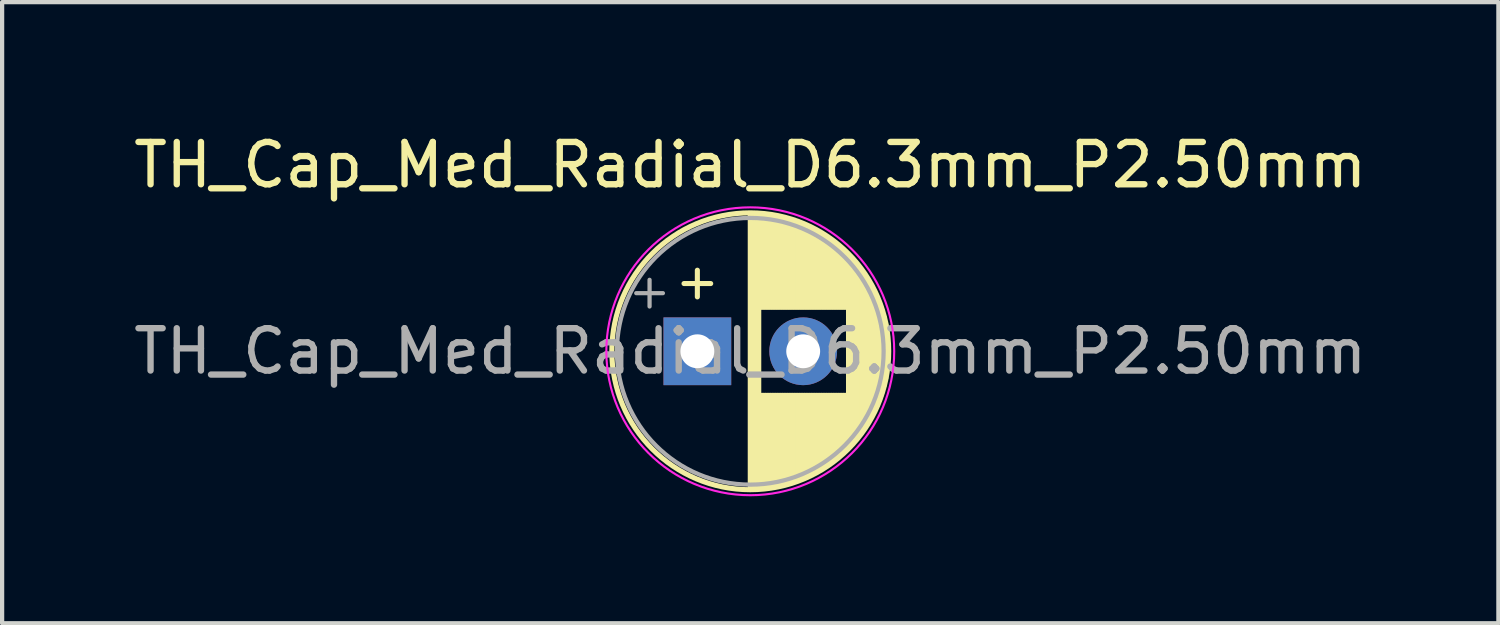
<source format=kicad_pcb>
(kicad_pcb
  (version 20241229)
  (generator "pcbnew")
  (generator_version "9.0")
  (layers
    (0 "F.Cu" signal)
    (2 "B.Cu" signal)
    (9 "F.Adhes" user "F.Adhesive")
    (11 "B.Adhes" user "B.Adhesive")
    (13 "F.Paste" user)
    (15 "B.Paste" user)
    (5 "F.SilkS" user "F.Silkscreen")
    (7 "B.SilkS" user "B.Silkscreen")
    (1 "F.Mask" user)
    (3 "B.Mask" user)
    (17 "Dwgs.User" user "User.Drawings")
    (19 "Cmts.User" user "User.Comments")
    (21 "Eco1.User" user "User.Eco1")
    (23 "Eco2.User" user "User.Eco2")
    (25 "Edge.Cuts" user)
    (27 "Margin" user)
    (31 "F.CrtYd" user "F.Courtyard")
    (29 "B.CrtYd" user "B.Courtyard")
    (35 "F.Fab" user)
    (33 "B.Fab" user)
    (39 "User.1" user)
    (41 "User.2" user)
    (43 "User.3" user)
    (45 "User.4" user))
  (footprint "TH_Cap_Med_Radial_D6.3mm_P2.50mm"
    (layer "F.Cu")
    (at 13.423 5.248)
    (property "Reference" "TH_Cap_Med_Radial_D6.3mm_P2.50mm" (at 1.25 -4.4 0) (layer "F.SilkS") (effects (font (size 1 1) (thickness 0.15))))
    (attr through_hole)
    (fp_line (start -0.315 -1.6) (end 0.315 -1.6) (stroke (width 0.12) (type solid)) (layer "F.SilkS"))
    (fp_line (start 0 -1.915) (end 0 -1.285) (stroke (width 0.12) (type solid)) (layer "F.SilkS"))
    (fp_line (start 1.25 -3.23) (end 1.25 3.23) (stroke (width 0.12) (type solid)) (layer "F.SilkS"))
    (fp_line (start 1.29 -3.23) (end 1.29 3.23) (stroke (width 0.12) (type solid)) (layer "F.SilkS"))
    (fp_line (start 1.33 -3.23) (end 1.33 3.23) (stroke (width 0.12) (type solid)) (layer "F.SilkS"))
    (fp_line (start 1.37 -3.228) (end 1.37 3.228) (stroke (width 0.12) (type solid)) (layer "F.SilkS"))
    (fp_line (start 1.41 -3.227) (end 1.41 3.227) (stroke (width 0.12) (type solid)) (layer "F.SilkS"))
    (fp_line (start 1.45 -3.224) (end 1.45 3.224) (stroke (width 0.12) (type solid)) (layer "F.SilkS"))
    (fp_line (start 1.49 -3.222) (end 1.49 -1.04) (stroke (width 0.12) (type solid)) (layer "F.SilkS"))
    (fp_line (start 1.49 1.04) (end 1.49 3.222) (stroke (width 0.12) (type solid)) (layer "F.SilkS"))
    (fp_line (start 1.53 -3.218) (end 1.53 -1.04) (stroke (width 0.12) (type solid)) (layer "F.SilkS"))
    (fp_line (start 1.53 1.04) (end 1.53 3.218) (stroke (width 0.12) (type solid)) (layer "F.SilkS"))
    (fp_line (start 1.57 -3.215) (end 1.57 -1.04) (stroke (width 0.12) (type solid)) (layer "F.SilkS"))
    (fp_line (start 1.57 1.04) (end 1.57 3.215) (stroke (width 0.12) (type solid)) (layer "F.SilkS"))
    (fp_line (start 1.61 -3.211) (end 1.61 -1.04) (stroke (width 0.12) (type solid)) (layer "F.SilkS"))
    (fp_line (start 1.61 1.04) (end 1.61 3.211) (stroke (width 0.12) (type solid)) (layer "F.SilkS"))
    (fp_line (start 1.65 -3.206) (end 1.65 -1.04) (stroke (width 0.12) (type solid)) (layer "F.SilkS"))
    (fp_line (start 1.65 1.04) (end 1.65 3.206) (stroke (width 0.12) (type solid)) (layer "F.SilkS"))
    (fp_line (start 1.69 -3.201) (end 1.69 -1.04) (stroke (width 0.12) (type solid)) (layer "F.SilkS"))
    (fp_line (start 1.69 1.04) (end 1.69 3.201) (stroke (width 0.12) (type solid)) (layer "F.SilkS"))
    (fp_line (start 1.73 -3.195) (end 1.73 -1.04) (stroke (width 0.12) (type solid)) (layer "F.SilkS"))
    (fp_line (start 1.73 1.04) (end 1.73 3.195) (stroke (width 0.12) (type solid)) (layer "F.SilkS"))
    (fp_line (start 1.77 -3.189) (end 1.77 -1.04) (stroke (width 0.12) (type solid)) (layer "F.SilkS"))
    (fp_line (start 1.77 1.04) (end 1.77 3.189) (stroke (width 0.12) (type solid)) (layer "F.SilkS"))
    (fp_line (start 1.81 -3.182) (end 1.81 -1.04) (stroke (width 0.12) (type solid)) (layer "F.SilkS"))
    (fp_line (start 1.81 1.04) (end 1.81 3.182) (stroke (width 0.12) (type solid)) (layer "F.SilkS"))
    (fp_line (start 1.85 -3.175) (end 1.85 -1.04) (stroke (width 0.12) (type solid)) (layer "F.SilkS"))
    (fp_line (start 1.85 1.04) (end 1.85 3.175) (stroke (width 0.12) (type solid)) (layer "F.SilkS"))
    (fp_line (start 1.89 -3.167) (end 1.89 -1.04) (stroke (width 0.12) (type solid)) (layer "F.SilkS"))
    (fp_line (start 1.89 1.04) (end 1.89 3.167) (stroke (width 0.12) (type solid)) (layer "F.SilkS"))
    (fp_line (start 1.93 -3.159) (end 1.93 -1.04) (stroke (width 0.12) (type solid)) (layer "F.SilkS"))
    (fp_line (start 1.93 1.04) (end 1.93 3.159) (stroke (width 0.12) (type solid)) (layer "F.SilkS"))
    (fp_line (start 1.971 -3.15) (end 1.971 -1.04) (stroke (width 0.12) (type solid)) (layer "F.SilkS"))
    (fp_line (start 1.971 1.04) (end 1.971 3.15) (stroke (width 0.12) (type solid)) (layer "F.SilkS"))
    (fp_line (start 2.011 -3.141) (end 2.011 -1.04) (stroke (width 0.12) (type solid)) (layer "F.SilkS"))
    (fp_line (start 2.011 1.04) (end 2.011 3.141) (stroke (width 0.12) (type solid)) (layer "F.SilkS"))
    (fp_line (start 2.051 -3.131) (end 2.051 -1.04) (stroke (width 0.12) (type solid)) (layer "F.SilkS"))
    (fp_line (start 2.051 1.04) (end 2.051 3.131) (stroke (width 0.12) (type solid)) (layer "F.SilkS"))
    (fp_line (start 2.091 -3.121) (end 2.091 -1.04) (stroke (width 0.12) (type solid)) (layer "F.SilkS"))
    (fp_line (start 2.091 1.04) (end 2.091 3.121) (stroke (width 0.12) (type solid)) (layer "F.SilkS"))
    (fp_line (start 2.131 -3.11) (end 2.131 -1.04) (stroke (width 0.12) (type solid)) (layer "F.SilkS"))
    (fp_line (start 2.131 1.04) (end 2.131 3.11) (stroke (width 0.12) (type solid)) (layer "F.SilkS"))
    (fp_line (start 2.171 -3.098) (end 2.171 -1.04) (stroke (width 0.12) (type solid)) (layer "F.SilkS"))
    (fp_line (start 2.171 1.04) (end 2.171 3.098) (stroke (width 0.12) (type solid)) (layer "F.SilkS"))
    (fp_line (start 2.211 -3.086) (end 2.211 -1.04) (stroke (width 0.12) (type solid)) (layer "F.SilkS"))
    (fp_line (start 2.211 1.04) (end 2.211 3.086) (stroke (width 0.12) (type solid)) (layer "F.SilkS"))
    (fp_line (start 2.251 -3.074) (end 2.251 -1.04) (stroke (width 0.12) (type solid)) (layer "F.SilkS"))
    (fp_line (start 2.251 1.04) (end 2.251 3.074) (stroke (width 0.12) (type solid)) (layer "F.SilkS"))
    (fp_line (start 2.291 -3.061) (end 2.291 -1.04) (stroke (width 0.12) (type solid)) (layer "F.SilkS"))
    (fp_line (start 2.291 1.04) (end 2.291 3.061) (stroke (width 0.12) (type solid)) (layer "F.SilkS"))
    (fp_line (start 2.331 -3.047) (end 2.331 -1.04) (stroke (width 0.12) (type solid)) (layer "F.SilkS"))
    (fp_line (start 2.331 1.04) (end 2.331 3.047) (stroke (width 0.12) (type solid)) (layer "F.SilkS"))
    (fp_line (start 2.371 -3.033) (end 2.371 -1.04) (stroke (width 0.12) (type solid)) (layer "F.SilkS"))
    (fp_line (start 2.371 1.04) (end 2.371 3.033) (stroke (width 0.12) (type solid)) (layer "F.SilkS"))
    (fp_line (start 2.411 -3.018) (end 2.411 -1.04) (stroke (width 0.12) (type solid)) (layer "F.SilkS"))
    (fp_line (start 2.411 1.04) (end 2.411 3.018) (stroke (width 0.12) (type solid)) (layer "F.SilkS"))
    (fp_line (start 2.451 -3.002) (end 2.451 -1.04) (stroke (width 0.12) (type solid)) (layer "F.SilkS"))
    (fp_line (start 2.451 1.04) (end 2.451 3.002) (stroke (width 0.12) (type solid)) (layer "F.SilkS"))
    (fp_line (start 2.491 -2.986) (end 2.491 -1.04) (stroke (width 0.12) (type solid)) (layer "F.SilkS"))
    (fp_line (start 2.491 1.04) (end 2.491 2.986) (stroke (width 0.12) (type solid)) (layer "F.SilkS"))
    (fp_line (start 2.531 -2.97) (end 2.531 -1.04) (stroke (width 0.12) (type solid)) (layer "F.SilkS"))
    (fp_line (start 2.531 1.04) (end 2.531 2.97) (stroke (width 0.12) (type solid)) (layer "F.SilkS"))
    (fp_line (start 2.571 -2.952) (end 2.571 -1.04) (stroke (width 0.12) (type solid)) (layer "F.SilkS"))
    (fp_line (start 2.571 1.04) (end 2.571 2.952) (stroke (width 0.12) (type solid)) (layer "F.SilkS"))
    (fp_line (start 2.611 -2.934) (end 2.611 -1.04) (stroke (width 0.12) (type solid)) (layer "F.SilkS"))
    (fp_line (start 2.611 1.04) (end 2.611 2.934) (stroke (width 0.12) (type solid)) (layer "F.SilkS"))
    (fp_line (start 2.651 -2.916) (end 2.651 -1.04) (stroke (width 0.12) (type solid)) (layer "F.SilkS"))
    (fp_line (start 2.651 1.04) (end 2.651 2.916) (stroke (width 0.12) (type solid)) (layer "F.SilkS"))
    (fp_line (start 2.691 -2.896) (end 2.691 -1.04) (stroke (width 0.12) (type solid)) (layer "F.SilkS"))
    (fp_line (start 2.691 1.04) (end 2.691 2.896) (stroke (width 0.12) (type solid)) (layer "F.SilkS"))
    (fp_line (start 2.731 -2.876) (end 2.731 -1.04) (stroke (width 0.12) (type solid)) (layer "F.SilkS"))
    (fp_line (start 2.731 1.04) (end 2.731 2.876) (stroke (width 0.12) (type solid)) (layer "F.SilkS"))
    (fp_line (start 2.771 -2.856) (end 2.771 -1.04) (stroke (width 0.12) (type solid)) (layer "F.SilkS"))
    (fp_line (start 2.771 1.04) (end 2.771 2.856) (stroke (width 0.12) (type solid)) (layer "F.SilkS"))
    (fp_line (start 2.811 -2.834) (end 2.811 -1.04) (stroke (width 0.12) (type solid)) (layer "F.SilkS"))
    (fp_line (start 2.811 1.04) (end 2.811 2.834) (stroke (width 0.12) (type solid)) (layer "F.SilkS"))
    (fp_line (start 2.851 -2.812) (end 2.851 -1.04) (stroke (width 0.12) (type solid)) (layer "F.SilkS"))
    (fp_line (start 2.851 1.04) (end 2.851 2.812) (stroke (width 0.12) (type solid)) (layer "F.SilkS"))
    (fp_line (start 2.891 -2.79) (end 2.891 -1.04) (stroke (width 0.12) (type solid)) (layer "F.SilkS"))
    (fp_line (start 2.891 1.04) (end 2.891 2.79) (stroke (width 0.12) (type solid)) (layer "F.SilkS"))
    (fp_line (start 2.931 -2.766) (end 2.931 -1.04) (stroke (width 0.12) (type solid)) (layer "F.SilkS"))
    (fp_line (start 2.931 1.04) (end 2.931 2.766) (stroke (width 0.12) (type solid)) (layer "F.SilkS"))
    (fp_line (start 2.971 -2.742) (end 2.971 -1.04) (stroke (width 0.12) (type solid)) (layer "F.SilkS"))
    (fp_line (start 2.971 1.04) (end 2.971 2.742) (stroke (width 0.12) (type solid)) (layer "F.SilkS"))
    (fp_line (start 3.011 -2.716) (end 3.011 -1.04) (stroke (width 0.12) (type solid)) (layer "F.SilkS"))
    (fp_line (start 3.011 1.04) (end 3.011 2.716) (stroke (width 0.12) (type solid)) (layer "F.SilkS"))
    (fp_line (start 3.051 -2.69) (end 3.051 -1.04) (stroke (width 0.12) (type solid)) (layer "F.SilkS"))
    (fp_line (start 3.051 1.04) (end 3.051 2.69) (stroke (width 0.12) (type solid)) (layer "F.SilkS"))
    (fp_line (start 3.091 -2.664) (end 3.091 -1.04) (stroke (width 0.12) (type solid)) (layer "F.SilkS"))
    (fp_line (start 3.091 1.04) (end 3.091 2.664) (stroke (width 0.12) (type solid)) (layer "F.SilkS"))
    (fp_line (start 3.131 -2.636) (end 3.131 -1.04) (stroke (width 0.12) (type solid)) (layer "F.SilkS"))
    (fp_line (start 3.131 1.04) (end 3.131 2.636) (stroke (width 0.12) (type solid)) (layer "F.SilkS"))
    (fp_line (start 3.171 -2.607) (end 3.171 -1.04) (stroke (width 0.12) (type solid)) (layer "F.SilkS"))
    (fp_line (start 3.171 1.04) (end 3.171 2.607) (stroke (width 0.12) (type solid)) (layer "F.SilkS"))
    (fp_line (start 3.211 -2.578) (end 3.211 -1.04) (stroke (width 0.12) (type solid)) (layer "F.SilkS"))
    (fp_line (start 3.211 1.04) (end 3.211 2.578) (stroke (width 0.12) (type solid)) (layer "F.SilkS"))
    (fp_line (start 3.251 -2.548) (end 3.251 -1.04) (stroke (width 0.12) (type solid)) (layer "F.SilkS"))
    (fp_line (start 3.251 1.04) (end 3.251 2.548) (stroke (width 0.12) (type solid)) (layer "F.SilkS"))
    (fp_line (start 3.291 -2.516) (end 3.291 -1.04) (stroke (width 0.12) (type solid)) (layer "F.SilkS"))
    (fp_line (start 3.291 1.04) (end 3.291 2.516) (stroke (width 0.12) (type solid)) (layer "F.SilkS"))
    (fp_line (start 3.331 -2.484) (end 3.331 -1.04) (stroke (width 0.12) (type solid)) (layer "F.SilkS"))
    (fp_line (start 3.331 1.04) (end 3.331 2.484) (stroke (width 0.12) (type solid)) (layer "F.SilkS"))
    (fp_line (start 3.371 -2.45) (end 3.371 -1.04) (stroke (width 0.12) (type solid)) (layer "F.SilkS"))
    (fp_line (start 3.371 1.04) (end 3.371 2.45) (stroke (width 0.12) (type solid)) (layer "F.SilkS"))
    (fp_line (start 3.411 -2.416) (end 3.411 -1.04) (stroke (width 0.12) (type solid)) (layer "F.SilkS"))
    (fp_line (start 3.411 1.04) (end 3.411 2.416) (stroke (width 0.12) (type solid)) (layer "F.SilkS"))
    (fp_line (start 3.451 -2.38) (end 3.451 -1.04) (stroke (width 0.12) (type solid)) (layer "F.SilkS"))
    (fp_line (start 3.451 1.04) (end 3.451 2.38) (stroke (width 0.12) (type solid)) (layer "F.SilkS"))
    (fp_line (start 3.491 -2.343) (end 3.491 -1.04) (stroke (width 0.12) (type solid)) (layer "F.SilkS"))
    (fp_line (start 3.491 1.04) (end 3.491 2.343) (stroke (width 0.12) (type solid)) (layer "F.SilkS"))
    (fp_line (start 3.531 -2.305) (end 3.531 -1.04) (stroke (width 0.12) (type solid)) (layer "F.SilkS"))
    (fp_line (start 3.531 1.04) (end 3.531 2.305) (stroke (width 0.12) (type solid)) (layer "F.SilkS"))
    (fp_line (start 3.571 -2.265) (end 3.571 2.265) (stroke (width 0.12) (type solid)) (layer "F.SilkS"))
    (fp_line (start 3.611 -2.224) (end 3.611 2.224) (stroke (width 0.12) (type solid)) (layer "F.SilkS"))
    (fp_line (start 3.651 -2.182) (end 3.651 2.182) (stroke (width 0.12) (type solid)) (layer "F.SilkS"))
    (fp_line (start 3.691 -2.137) (end 3.691 2.137) (stroke (width 0.12) (type solid)) (layer "F.SilkS"))
    (fp_line (start 3.731 -2.092) (end 3.731 2.092) (stroke (width 0.12) (type solid)) (layer "F.SilkS"))
    (fp_line (start 3.771 -2.044) (end 3.771 2.044) (stroke (width 0.12) (type solid)) (layer "F.SilkS"))
    (fp_line (start 3.811 -1.995) (end 3.811 1.995) (stroke (width 0.12) (type solid)) (layer "F.SilkS"))
    (fp_line (start 3.851 -1.944) (end 3.851 1.944) (stroke (width 0.12) (type solid)) (layer "F.SilkS"))
    (fp_line (start 3.891 -1.89) (end 3.891 1.89) (stroke (width 0.12) (type solid)) (layer "F.SilkS"))
    (fp_line (start 3.931 -1.834) (end 3.931 1.834) (stroke (width 0.12) (type solid)) (layer "F.SilkS"))
    (fp_line (start 3.971 -1.776) (end 3.971 1.776) (stroke (width 0.12) (type solid)) (layer "F.SilkS"))
    (fp_line (start 4.011 -1.714) (end 4.011 1.714) (stroke (width 0.12) (type solid)) (layer "F.SilkS"))
    (fp_line (start 4.051 -1.65) (end 4.051 1.65) (stroke (width 0.12) (type solid)) (layer "F.SilkS"))
    (fp_line (start 4.091 -1.581) (end 4.091 1.581) (stroke (width 0.12) (type solid)) (layer "F.SilkS"))
    (fp_line (start 4.131 -1.509) (end 4.131 1.509) (stroke (width 0.12) (type solid)) (layer "F.SilkS"))
    (fp_line (start 4.171 -1.432) (end 4.171 1.432) (stroke (width 0.12) (type solid)) (layer "F.SilkS"))
    (fp_line (start 4.211 -1.35) (end 4.211 1.35) (stroke (width 0.12) (type solid)) (layer "F.SilkS"))
    (fp_line (start 4.251 -1.262) (end 4.251 1.262) (stroke (width 0.12) (type solid)) (layer "F.SilkS"))
    (fp_line (start 4.291 -1.165) (end 4.291 1.165) (stroke (width 0.12) (type solid)) (layer "F.SilkS"))
    (fp_line (start 4.331 -1.059) (end 4.331 1.059) (stroke (width 0.12) (type solid)) (layer "F.SilkS"))
    (fp_line (start 4.371 -0.94) (end 4.371 0.94) (stroke (width 0.12) (type solid)) (layer "F.SilkS"))
    (fp_line (start 4.411 -0.802) (end 4.411 0.802) (stroke (width 0.12) (type solid)) (layer "F.SilkS"))
    (fp_line (start 4.451 -0.633) (end 4.451 0.633) (stroke (width 0.12) (type solid)) (layer "F.SilkS"))
    (fp_line (start 4.491 -0.402) (end 4.491 0.402) (stroke (width 0.12) (type solid)) (layer "F.SilkS"))
    (fp_circle (center 1.25 0) (end 4.52 0) (stroke (width 0.12) (type solid)) (fill no) (layer "F.SilkS"))
    (fp_circle (center 1.25 0) (end 4.65 0) (stroke (width 0.05) (type solid)) (fill no) (layer "F.CrtYd"))
    (fp_line (start -1.444 -1.373) (end -0.814 -1.373) (stroke (width 0.1) (type solid)) (layer "F.Fab"))
    (fp_line (start -1.129 -1.688) (end -1.129 -1.058) (stroke (width 0.1) (type solid)) (layer "F.Fab"))
    (fp_circle (center 1.25 0) (end 4.4 0) (stroke (width 0.1) (type solid)) (fill no) (layer "F.Fab"))
    (fp_text user "${REFERENCE}" (at 1.25 0 0) (layer "F.Fab") (effects (font (size 1 1) (thickness 0.15))))
    (pad "1" thru_hole rect (at 0 0) (size 1.6 1.6) (drill 0.8) (layers "*.Cu" "*.Mask"))
    (pad "2" thru_hole circle (at 2.5 0) (size 1.6 1.6) (drill 0.8) (layers "*.Cu" "*.Mask")))
  (gr_rect
    (start -3 -3)
    (end 32.345 11.673)
    (stroke (width 0.1) (type default))
    (fill no)
    (layer "Edge.Cuts")))
</source>
